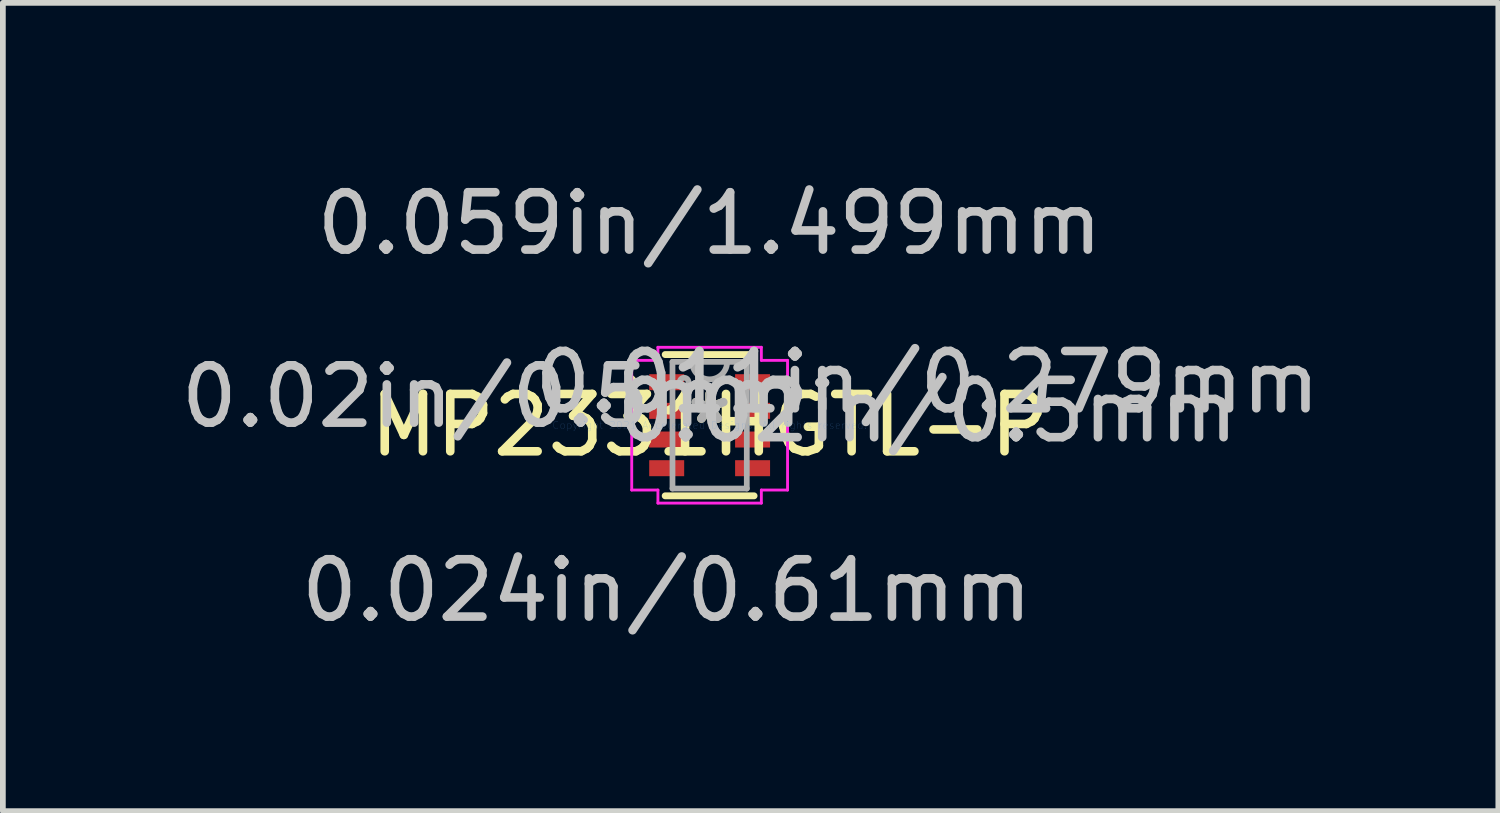
<source format=kicad_pcb>
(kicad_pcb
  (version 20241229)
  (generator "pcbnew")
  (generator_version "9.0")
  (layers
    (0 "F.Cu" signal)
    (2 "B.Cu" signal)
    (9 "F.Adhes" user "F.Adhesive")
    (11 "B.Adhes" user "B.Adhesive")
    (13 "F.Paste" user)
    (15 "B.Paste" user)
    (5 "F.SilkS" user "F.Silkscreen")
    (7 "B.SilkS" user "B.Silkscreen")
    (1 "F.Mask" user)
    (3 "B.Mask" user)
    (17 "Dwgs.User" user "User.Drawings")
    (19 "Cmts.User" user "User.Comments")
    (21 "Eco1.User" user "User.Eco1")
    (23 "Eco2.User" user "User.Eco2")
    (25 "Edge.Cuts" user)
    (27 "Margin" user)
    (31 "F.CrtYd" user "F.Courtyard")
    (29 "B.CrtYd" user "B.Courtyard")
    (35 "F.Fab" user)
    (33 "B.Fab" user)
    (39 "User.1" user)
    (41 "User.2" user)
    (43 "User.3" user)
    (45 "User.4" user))
  (footprint "MP2331HGTL-P"
    (layer "F.Cu")
    (at 9.327 4.366)
    (property "Reference" "MP2331HGTL-P" (at 0 0 0) (layer "F.SilkS") (effects (font (size 1 1) (thickness 0.15))))
    (attr through_hole)
    (fp_line (start -0.775 1.232) (end 0.775 1.232) (stroke (width 0.12) (type solid)) (layer "F.SilkS"))
    (fp_line (start 0.775 -1.232) (end -0.775 -1.232) (stroke (width 0.12) (type solid)) (layer "F.SilkS"))
    (fp_arc (start -1.4057 -0.8262) (mid -1.331871 -0.73114) (end -1.442246 -0.683136) (stroke (width 0.12) (type solid)) (layer "F.SilkS"))
    (fp_line (start -1.359 -1.131) (end -0.902 -1.131) (stroke (width 0.05) (type solid)) (layer "F.CrtYd"))
    (fp_line (start -1.359 1.131) (end -1.359 -1.131) (stroke (width 0.05) (type solid)) (layer "F.CrtYd"))
    (fp_line (start -0.902 -1.359) (end 0.902 -1.359) (stroke (width 0.05) (type solid)) (layer "F.CrtYd"))
    (fp_line (start -0.902 -1.131) (end -0.902 -1.359) (stroke (width 0.05) (type solid)) (layer "F.CrtYd"))
    (fp_line (start -0.902 1.131) (end -1.359 1.131) (stroke (width 0.05) (type solid)) (layer "F.CrtYd"))
    (fp_line (start -0.902 1.359) (end -0.902 1.131) (stroke (width 0.05) (type solid)) (layer "F.CrtYd"))
    (fp_line (start 0.902 -1.359) (end 0.902 -1.131) (stroke (width 0.05) (type solid)) (layer "F.CrtYd"))
    (fp_line (start 0.902 -1.131) (end 1.359 -1.131) (stroke (width 0.05) (type solid)) (layer "F.CrtYd"))
    (fp_line (start 0.902 1.131) (end 0.902 1.359) (stroke (width 0.05) (type solid)) (layer "F.CrtYd"))
    (fp_line (start 0.902 1.359) (end -0.902 1.359) (stroke (width 0.05) (type solid)) (layer "F.CrtYd"))
    (fp_line (start 1.359 -1.131) (end 1.359 1.131) (stroke (width 0.05) (type solid)) (layer "F.CrtYd"))
    (fp_line (start 1.359 1.131) (end 0.902 1.131) (stroke (width 0.05) (type solid)) (layer "F.CrtYd"))
    (fp_line (start -0.648 -1.105) (end -0.648 1.105) (stroke (width 0.1) (type solid)) (layer "F.Fab"))
    (fp_line (start -0.648 1.105) (end 0.648 1.105) (stroke (width 0.1) (type solid)) (layer "F.Fab"))
    (fp_line (start 0.648 -1.105) (end -0.648 -1.105) (stroke (width 0.1) (type solid)) (layer "F.Fab"))
    (fp_line (start 0.648 1.105) (end 0.648 -1.105) (stroke (width 0.1) (type solid)) (layer "F.Fab"))
    (fp_arc (start 0.3048 -1.1049) (mid 0 -0.8001) (end -0.3048 -1.1049) (stroke (width 0.1) (type solid)) (layer "F.Fab"))
    (fp_circle (center -0.445 -0.75) (end -0.368 -0.75) (stroke (width 0.1) (type solid)) (fill no) (layer "F.Fab"))
    (fp_text user "*" (at 0 0 0) (layer "F.SilkS") (effects (font (size 1 1) (thickness 0.15))))
    (fp_text user "0.024in/0.61mm" (at -0.749 2.883 0) (layer "Dwgs.User") (effects (font (size 1 1) (thickness 0.15))))
    (fp_text user "0.011in/0.279mm" (at 3.797 -0.75 0) (layer "Dwgs.User") (effects (font (size 1 1) (thickness 0.15))))
    (fp_text user "0.02in/0.5mm" (at 3.797 -0.246 0) (layer "Dwgs.User") (effects (font (size 1 1) (thickness 0.15))))
    (fp_text user "0.059in/1.499mm" (at 0 -3.518 0) (layer "Dwgs.User") (effects (font (size 1 1) (thickness 0.15))))
    (fp_text user "0.02in/0.5mm" (at -3.797 -0.5 0) (layer "Dwgs.User") (effects (font (size 1 1) (thickness 0.15))))
    (fp_text user "Copyright 2021 Accelerated Designs. All rights reserved." (at 0 0 0) (layer "Cmts.User") (effects (font (size 0.127 0.127) (thickness 0.002))))
    (fp_text user "*" (at 0 0 0) (layer "F.Fab") (effects (font (size 1 1) (thickness 0.15))))
    (pad "1" smd rect (at -0.749 -0.75) (size 0.61 0.279) (layers "F.Cu" "F.Mask" "F.Paste"))
    (pad "2" smd rect (at -0.749 -0.25) (size 0.61 0.279) (layers "F.Cu" "F.Mask" "F.Paste"))
    (pad "3" smd rect (at -0.749 0.25) (size 0.61 0.279) (layers "F.Cu" "F.Mask" "F.Paste"))
    (pad "4" smd rect (at -0.749 0.75) (size 0.61 0.279) (layers "F.Cu" "F.Mask" "F.Paste"))
    (pad "5" smd rect (at 0.749 0.75) (size 0.61 0.279) (layers "F.Cu" "F.Mask" "F.Paste"))
    (pad "6" smd rect (at 0.749 0.25) (size 0.61 0.279) (layers "F.Cu" "F.Mask" "F.Paste"))
    (pad "7" smd rect (at 0.749 -0.25) (size 0.61 0.279) (layers "F.Cu" "F.Mask" "F.Paste"))
    (pad "8" smd rect (at 0.749 -0.75) (size 0.61 0.279) (layers "F.Cu" "F.Mask" "F.Paste")))
  (gr_rect
    (start -3 -3)
    (end 23.083 11.097)
    (stroke (width 0.1) (type default))
    (fill no)
    (layer "Edge.Cuts")))
</source>
